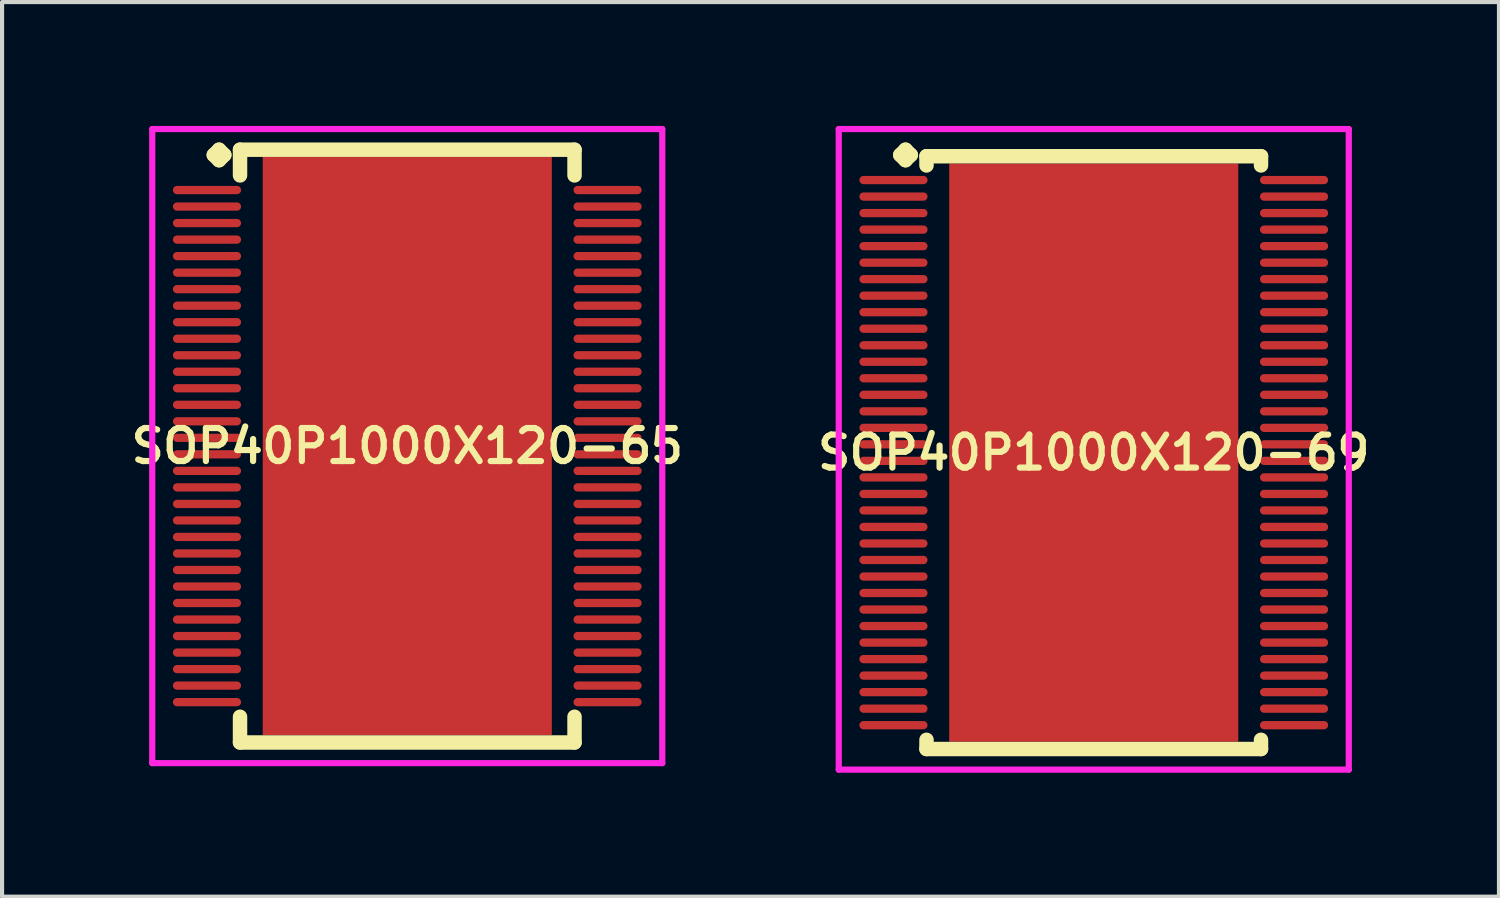
<source format=kicad_pcb>
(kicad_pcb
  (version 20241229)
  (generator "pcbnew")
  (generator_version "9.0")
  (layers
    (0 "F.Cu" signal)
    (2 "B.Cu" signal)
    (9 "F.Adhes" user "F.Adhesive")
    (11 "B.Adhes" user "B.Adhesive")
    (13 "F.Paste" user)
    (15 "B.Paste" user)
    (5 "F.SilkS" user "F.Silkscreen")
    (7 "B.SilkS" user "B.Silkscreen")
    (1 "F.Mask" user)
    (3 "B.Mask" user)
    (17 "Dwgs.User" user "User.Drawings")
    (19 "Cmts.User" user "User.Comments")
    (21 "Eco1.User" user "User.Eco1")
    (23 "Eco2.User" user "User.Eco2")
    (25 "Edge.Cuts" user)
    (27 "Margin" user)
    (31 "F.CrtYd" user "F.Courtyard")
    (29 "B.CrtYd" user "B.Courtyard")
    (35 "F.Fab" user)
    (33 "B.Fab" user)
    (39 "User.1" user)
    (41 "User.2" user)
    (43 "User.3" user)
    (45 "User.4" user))
  (footprint "SOP40P1000X120-69"
    (layer "F.Cu")
    (at 23.435 7.91)
    (property "Reference" "SOP40P1000X120-69" (at 0 0 0) (layer "F.SilkS") (effects (font (size 0.8 0.8) (thickness 0.15))))
    (attr smd)
    (fp_line (start -4.685 -7.208) (end -4.558 -7.335) (stroke (width 0.35) (type solid)) (layer "F.SilkS"))
    (fp_line (start -4.558 -7.335) (end -4.431 -7.208) (stroke (width 0.35) (type solid)) (layer "F.SilkS"))
    (fp_line (start -4.558 -7.081) (end -4.685 -7.208) (stroke (width 0.35) (type solid)) (layer "F.SilkS"))
    (fp_line (start -4.431 -7.208) (end -4.558 -7.081) (stroke (width 0.35) (type solid)) (layer "F.SilkS"))
    (fp_line (start -4.05 -7.177) (end 4.05 -7.177) (stroke (width 0.35) (type solid)) (layer "F.SilkS"))
    (fp_line (start -4.05 -6.954) (end -4.05 -7.177) (stroke (width 0.35) (type solid)) (layer "F.SilkS"))
    (fp_line (start -4.05 6.954) (end -4.05 7.177) (stroke (width 0.35) (type solid)) (layer "F.SilkS"))
    (fp_line (start -4.05 7.177) (end 4.05 7.177) (stroke (width 0.35) (type solid)) (layer "F.SilkS"))
    (fp_line (start 4.05 -7.177) (end 4.05 -6.954) (stroke (width 0.35) (type solid)) (layer "F.SilkS"))
    (fp_line (start 4.05 7.177) (end 4.05 6.954) (stroke (width 0.35) (type solid)) (layer "F.SilkS"))
    (fp_line (start -6.175 -7.835) (end 6.175 -7.835) (stroke (width 0.15) (type solid)) (layer "F.CrtYd"))
    (fp_line (start -6.175 7.677) (end -6.175 -7.835) (stroke (width 0.15) (type solid)) (layer "F.CrtYd"))
    (fp_line (start 6.175 -7.835) (end 6.175 7.677) (stroke (width 0.15) (type solid)) (layer "F.CrtYd"))
    (fp_line (start 6.175 7.677) (end -6.175 7.677) (stroke (width 0.15) (type solid)) (layer "F.CrtYd"))
    (pad "1" smd oval (at -4.85 -6.6) (size 1.65 0.2) (layers "F.Cu" "F.Mask" "F.Paste"))
    (pad "2" smd oval (at -4.85 -6.2) (size 1.65 0.2) (layers "F.Cu" "F.Mask" "F.Paste"))
    (pad "3" smd oval (at -4.85 -5.8) (size 1.65 0.2) (layers "F.Cu" "F.Mask" "F.Paste"))
    (pad "4" smd oval (at -4.85 -5.4) (size 1.65 0.2) (layers "F.Cu" "F.Mask" "F.Paste"))
    (pad "5" smd oval (at -4.85 -5) (size 1.65 0.2) (layers "F.Cu" "F.Mask" "F.Paste"))
    (pad "6" smd oval (at -4.85 -4.6) (size 1.65 0.2) (layers "F.Cu" "F.Mask" "F.Paste"))
    (pad "7" smd oval (at -4.85 -4.2) (size 1.65 0.2) (layers "F.Cu" "F.Mask" "F.Paste"))
    (pad "8" smd oval (at -4.85 -3.8) (size 1.65 0.2) (layers "F.Cu" "F.Mask" "F.Paste"))
    (pad "9" smd oval (at -4.85 -3.4) (size 1.65 0.2) (layers "F.Cu" "F.Mask" "F.Paste"))
    (pad "10" smd oval (at -4.85 -3) (size 1.65 0.2) (layers "F.Cu" "F.Mask" "F.Paste"))
    (pad "11" smd oval (at -4.85 -2.6) (size 1.65 0.2) (layers "F.Cu" "F.Mask" "F.Paste"))
    (pad "12" smd oval (at -4.85 -2.2) (size 1.65 0.2) (layers "F.Cu" "F.Mask" "F.Paste"))
    (pad "13" smd oval (at -4.85 -1.8) (size 1.65 0.2) (layers "F.Cu" "F.Mask" "F.Paste"))
    (pad "14" smd oval (at -4.85 -1.4) (size 1.65 0.2) (layers "F.Cu" "F.Mask" "F.Paste"))
    (pad "15" smd oval (at -4.85 -1) (size 1.65 0.2) (layers "F.Cu" "F.Mask" "F.Paste"))
    (pad "16" smd oval (at -4.85 -0.6) (size 1.65 0.2) (layers "F.Cu" "F.Mask" "F.Paste"))
    (pad "17" smd oval (at -4.85 -0.2) (size 1.65 0.2) (layers "F.Cu" "F.Mask" "F.Paste"))
    (pad "18" smd oval (at -4.85 0.2) (size 1.65 0.2) (layers "F.Cu" "F.Mask" "F.Paste"))
    (pad "19" smd oval (at -4.85 0.6) (size 1.65 0.2) (layers "F.Cu" "F.Mask" "F.Paste"))
    (pad "20" smd oval (at -4.85 1) (size 1.65 0.2) (layers "F.Cu" "F.Mask" "F.Paste"))
    (pad "21" smd oval (at -4.85 1.4) (size 1.65 0.2) (layers "F.Cu" "F.Mask" "F.Paste"))
    (pad "22" smd oval (at -4.85 1.8) (size 1.65 0.2) (layers "F.Cu" "F.Mask" "F.Paste"))
    (pad "23" smd oval (at -4.85 2.2) (size 1.65 0.2) (layers "F.Cu" "F.Mask" "F.Paste"))
    (pad "24" smd oval (at -4.85 2.6) (size 1.65 0.2) (layers "F.Cu" "F.Mask" "F.Paste"))
    (pad "25" smd oval (at -4.85 3) (size 1.65 0.2) (layers "F.Cu" "F.Mask" "F.Paste"))
    (pad "26" smd oval (at -4.85 3.4) (size 1.65 0.2) (layers "F.Cu" "F.Mask" "F.Paste"))
    (pad "27" smd oval (at -4.85 3.8) (size 1.65 0.2) (layers "F.Cu" "F.Mask" "F.Paste"))
    (pad "28" smd oval (at -4.85 4.2) (size 1.65 0.2) (layers "F.Cu" "F.Mask" "F.Paste"))
    (pad "29" smd oval (at -4.85 4.6) (size 1.65 0.2) (layers "F.Cu" "F.Mask" "F.Paste"))
    (pad "30" smd oval (at -4.85 5) (size 1.65 0.2) (layers "F.Cu" "F.Mask" "F.Paste"))
    (pad "31" smd oval (at -4.85 5.4) (size 1.65 0.2) (layers "F.Cu" "F.Mask" "F.Paste"))
    (pad "32" smd oval (at -4.85 5.8) (size 1.65 0.2) (layers "F.Cu" "F.Mask" "F.Paste"))
    (pad "33" smd oval (at -4.85 6.2) (size 1.65 0.2) (layers "F.Cu" "F.Mask" "F.Paste"))
    (pad "34" smd oval (at -4.85 6.6) (size 1.65 0.2) (layers "F.Cu" "F.Mask" "F.Paste"))
    (pad "35" smd oval (at 4.85 6.6) (size 1.65 0.2) (layers "F.Cu" "F.Mask" "F.Paste"))
    (pad "36" smd oval (at 4.85 6.2) (size 1.65 0.2) (layers "F.Cu" "F.Mask" "F.Paste"))
    (pad "37" smd oval (at 4.85 5.8) (size 1.65 0.2) (layers "F.Cu" "F.Mask" "F.Paste"))
    (pad "38" smd oval (at 4.85 5.4) (size 1.65 0.2) (layers "F.Cu" "F.Mask" "F.Paste"))
    (pad "39" smd oval (at 4.85 5) (size 1.65 0.2) (layers "F.Cu" "F.Mask" "F.Paste"))
    (pad "40" smd oval (at 4.85 4.6) (size 1.65 0.2) (layers "F.Cu" "F.Mask" "F.Paste"))
    (pad "41" smd oval (at 4.85 4.2) (size 1.65 0.2) (layers "F.Cu" "F.Mask" "F.Paste"))
    (pad "42" smd oval (at 4.85 3.8) (size 1.65 0.2) (layers "F.Cu" "F.Mask" "F.Paste"))
    (pad "43" smd oval (at 4.85 3.4) (size 1.65 0.2) (layers "F.Cu" "F.Mask" "F.Paste"))
    (pad "44" smd oval (at 4.85 3) (size 1.65 0.2) (layers "F.Cu" "F.Mask" "F.Paste"))
    (pad "45" smd oval (at 4.85 2.6) (size 1.65 0.2) (layers "F.Cu" "F.Mask" "F.Paste"))
    (pad "46" smd oval (at 4.85 2.2) (size 1.65 0.2) (layers "F.Cu" "F.Mask" "F.Paste"))
    (pad "47" smd oval (at 4.85 1.8) (size 1.65 0.2) (layers "F.Cu" "F.Mask" "F.Paste"))
    (pad "48" smd oval (at 4.85 1.4) (size 1.65 0.2) (layers "F.Cu" "F.Mask" "F.Paste"))
    (pad "49" smd oval (at 4.85 1) (size 1.65 0.2) (layers "F.Cu" "F.Mask" "F.Paste"))
    (pad "50" smd oval (at 4.85 0.6) (size 1.65 0.2) (layers "F.Cu" "F.Mask" "F.Paste"))
    (pad "51" smd oval (at 4.85 0.2) (size 1.65 0.2) (layers "F.Cu" "F.Mask" "F.Paste"))
    (pad "52" smd oval (at 4.85 -0.2) (size 1.65 0.2) (layers "F.Cu" "F.Mask" "F.Paste"))
    (pad "53" smd oval (at 4.85 -0.6) (size 1.65 0.2) (layers "F.Cu" "F.Mask" "F.Paste"))
    (pad "54" smd oval (at 4.85 -1) (size 1.65 0.2) (layers "F.Cu" "F.Mask" "F.Paste"))
    (pad "55" smd oval (at 4.85 -1.4) (size 1.65 0.2) (layers "F.Cu" "F.Mask" "F.Paste"))
    (pad "56" smd oval (at 4.85 -1.8) (size 1.65 0.2) (layers "F.Cu" "F.Mask" "F.Paste"))
    (pad "57" smd oval (at 4.85 -2.2) (size 1.65 0.2) (layers "F.Cu" "F.Mask" "F.Paste"))
    (pad "58" smd oval (at 4.85 -2.6) (size 1.65 0.2) (layers "F.Cu" "F.Mask" "F.Paste"))
    (pad "59" smd oval (at 4.85 -3) (size 1.65 0.2) (layers "F.Cu" "F.Mask" "F.Paste"))
    (pad "60" smd oval (at 4.85 -3.4) (size 1.65 0.2) (layers "F.Cu" "F.Mask" "F.Paste"))
    (pad "61" smd oval (at 4.85 -3.8) (size 1.65 0.2) (layers "F.Cu" "F.Mask" "F.Paste"))
    (pad "62" smd oval (at 4.85 -4.2) (size 1.65 0.2) (layers "F.Cu" "F.Mask" "F.Paste"))
    (pad "63" smd oval (at 4.85 -4.6) (size 1.65 0.2) (layers "F.Cu" "F.Mask" "F.Paste"))
    (pad "64" smd oval (at 4.85 -5) (size 1.65 0.2) (layers "F.Cu" "F.Mask" "F.Paste"))
    (pad "65" smd oval (at 4.85 -5.4) (size 1.65 0.2) (layers "F.Cu" "F.Mask" "F.Paste"))
    (pad "66" smd oval (at 4.85 -5.8) (size 1.65 0.2) (layers "F.Cu" "F.Mask" "F.Paste"))
    (pad "67" smd oval (at 4.85 -6.2) (size 1.65 0.2) (layers "F.Cu" "F.Mask" "F.Paste"))
    (pad "68" smd oval (at 4.85 -6.6) (size 1.65 0.2) (layers "F.Cu" "F.Mask" "F.Paste"))
    (pad "69" smd rect (at 0 0) (size 7 14) (layers "F.Cu" "F.Mask" "F.Paste")))
  (footprint "SOP40P1000X120-65"
    (layer "F.Cu")
    (at 6.812 7.752)
    (property "Reference" "SOP40P1000X120-65" (at 0 0 0) (layer "F.SilkS") (effects (font (size 0.8 0.8) (thickness 0.15))))
    (attr smd)
    (fp_line (start -4.685 -7.05) (end -4.558 -7.177) (stroke (width 0.35) (type solid)) (layer "F.SilkS"))
    (fp_line (start -4.558 -7.177) (end -4.431 -7.05) (stroke (width 0.35) (type solid)) (layer "F.SilkS"))
    (fp_line (start -4.558 -6.923) (end -4.685 -7.05) (stroke (width 0.35) (type solid)) (layer "F.SilkS"))
    (fp_line (start -4.431 -7.05) (end -4.558 -6.923) (stroke (width 0.35) (type solid)) (layer "F.SilkS"))
    (fp_line (start -4.05 -7.177) (end 4.05 -7.177) (stroke (width 0.35) (type solid)) (layer "F.SilkS"))
    (fp_line (start -4.05 -6.554) (end -4.05 -7.177) (stroke (width 0.35) (type solid)) (layer "F.SilkS"))
    (fp_line (start -4.05 6.554) (end -4.05 7.177) (stroke (width 0.35) (type solid)) (layer "F.SilkS"))
    (fp_line (start -4.05 7.177) (end 4.05 7.177) (stroke (width 0.35) (type solid)) (layer "F.SilkS"))
    (fp_line (start 4.05 -7.177) (end 4.05 -6.554) (stroke (width 0.35) (type solid)) (layer "F.SilkS"))
    (fp_line (start 4.05 7.177) (end 4.05 6.554) (stroke (width 0.35) (type solid)) (layer "F.SilkS"))
    (fp_line (start -6.175 -7.677) (end 6.175 -7.677) (stroke (width 0.15) (type solid)) (layer "F.CrtYd"))
    (fp_line (start -6.175 7.677) (end -6.175 -7.677) (stroke (width 0.15) (type solid)) (layer "F.CrtYd"))
    (fp_line (start 6.175 -7.677) (end 6.175 7.677) (stroke (width 0.15) (type solid)) (layer "F.CrtYd"))
    (fp_line (start 6.175 7.677) (end -6.175 7.677) (stroke (width 0.15) (type solid)) (layer "F.CrtYd"))
    (pad "1" smd oval (at -4.85 -6.2) (size 1.65 0.2) (layers "F.Cu" "F.Mask" "F.Paste"))
    (pad "2" smd oval (at -4.85 -5.8) (size 1.65 0.2) (layers "F.Cu" "F.Mask" "F.Paste"))
    (pad "3" smd oval (at -4.85 -5.4) (size 1.65 0.2) (layers "F.Cu" "F.Mask" "F.Paste"))
    (pad "4" smd oval (at -4.85 -5) (size 1.65 0.2) (layers "F.Cu" "F.Mask" "F.Paste"))
    (pad "5" smd oval (at -4.85 -4.6) (size 1.65 0.2) (layers "F.Cu" "F.Mask" "F.Paste"))
    (pad "6" smd oval (at -4.85 -4.2) (size 1.65 0.2) (layers "F.Cu" "F.Mask" "F.Paste"))
    (pad "7" smd oval (at -4.85 -3.8) (size 1.65 0.2) (layers "F.Cu" "F.Mask" "F.Paste"))
    (pad "8" smd oval (at -4.85 -3.4) (size 1.65 0.2) (layers "F.Cu" "F.Mask" "F.Paste"))
    (pad "9" smd oval (at -4.85 -3) (size 1.65 0.2) (layers "F.Cu" "F.Mask" "F.Paste"))
    (pad "10" smd oval (at -4.85 -2.6) (size 1.65 0.2) (layers "F.Cu" "F.Mask" "F.Paste"))
    (pad "11" smd oval (at -4.85 -2.2) (size 1.65 0.2) (layers "F.Cu" "F.Mask" "F.Paste"))
    (pad "12" smd oval (at -4.85 -1.8) (size 1.65 0.2) (layers "F.Cu" "F.Mask" "F.Paste"))
    (pad "13" smd oval (at -4.85 -1.4) (size 1.65 0.2) (layers "F.Cu" "F.Mask" "F.Paste"))
    (pad "14" smd oval (at -4.85 -1) (size 1.65 0.2) (layers "F.Cu" "F.Mask" "F.Paste"))
    (pad "15" smd oval (at -4.85 -0.6) (size 1.65 0.2) (layers "F.Cu" "F.Mask" "F.Paste"))
    (pad "16" smd oval (at -4.85 -0.2) (size 1.65 0.2) (layers "F.Cu" "F.Mask" "F.Paste"))
    (pad "17" smd oval (at -4.85 0.2) (size 1.65 0.2) (layers "F.Cu" "F.Mask" "F.Paste"))
    (pad "18" smd oval (at -4.85 0.6) (size 1.65 0.2) (layers "F.Cu" "F.Mask" "F.Paste"))
    (pad "19" smd oval (at -4.85 1) (size 1.65 0.2) (layers "F.Cu" "F.Mask" "F.Paste"))
    (pad "20" smd oval (at -4.85 1.4) (size 1.65 0.2) (layers "F.Cu" "F.Mask" "F.Paste"))
    (pad "21" smd oval (at -4.85 1.8) (size 1.65 0.2) (layers "F.Cu" "F.Mask" "F.Paste"))
    (pad "22" smd oval (at -4.85 2.2) (size 1.65 0.2) (layers "F.Cu" "F.Mask" "F.Paste"))
    (pad "23" smd oval (at -4.85 2.6) (size 1.65 0.2) (layers "F.Cu" "F.Mask" "F.Paste"))
    (pad "24" smd oval (at -4.85 3) (size 1.65 0.2) (layers "F.Cu" "F.Mask" "F.Paste"))
    (pad "25" smd oval (at -4.85 3.4) (size 1.65 0.2) (layers "F.Cu" "F.Mask" "F.Paste"))
    (pad "26" smd oval (at -4.85 3.8) (size 1.65 0.2) (layers "F.Cu" "F.Mask" "F.Paste"))
    (pad "27" smd oval (at -4.85 4.2) (size 1.65 0.2) (layers "F.Cu" "F.Mask" "F.Paste"))
    (pad "28" smd oval (at -4.85 4.6) (size 1.65 0.2) (layers "F.Cu" "F.Mask" "F.Paste"))
    (pad "29" smd oval (at -4.85 5) (size 1.65 0.2) (layers "F.Cu" "F.Mask" "F.Paste"))
    (pad "30" smd oval (at -4.85 5.4) (size 1.65 0.2) (layers "F.Cu" "F.Mask" "F.Paste"))
    (pad "31" smd oval (at -4.85 5.8) (size 1.65 0.2) (layers "F.Cu" "F.Mask" "F.Paste"))
    (pad "32" smd oval (at -4.85 6.2) (size 1.65 0.2) (layers "F.Cu" "F.Mask" "F.Paste"))
    (pad "33" smd oval (at 4.85 6.2) (size 1.65 0.2) (layers "F.Cu" "F.Mask" "F.Paste"))
    (pad "34" smd oval (at 4.85 5.8) (size 1.65 0.2) (layers "F.Cu" "F.Mask" "F.Paste"))
    (pad "35" smd oval (at 4.85 5.4) (size 1.65 0.2) (layers "F.Cu" "F.Mask" "F.Paste"))
    (pad "36" smd oval (at 4.85 5) (size 1.65 0.2) (layers "F.Cu" "F.Mask" "F.Paste"))
    (pad "37" smd oval (at 4.85 4.6) (size 1.65 0.2) (layers "F.Cu" "F.Mask" "F.Paste"))
    (pad "38" smd oval (at 4.85 4.2) (size 1.65 0.2) (layers "F.Cu" "F.Mask" "F.Paste"))
    (pad "39" smd oval (at 4.85 3.8) (size 1.65 0.2) (layers "F.Cu" "F.Mask" "F.Paste"))
    (pad "40" smd oval (at 4.85 3.4) (size 1.65 0.2) (layers "F.Cu" "F.Mask" "F.Paste"))
    (pad "41" smd oval (at 4.85 3) (size 1.65 0.2) (layers "F.Cu" "F.Mask" "F.Paste"))
    (pad "42" smd oval (at 4.85 2.6) (size 1.65 0.2) (layers "F.Cu" "F.Mask" "F.Paste"))
    (pad "43" smd oval (at 4.85 2.2) (size 1.65 0.2) (layers "F.Cu" "F.Mask" "F.Paste"))
    (pad "44" smd oval (at 4.85 1.8) (size 1.65 0.2) (layers "F.Cu" "F.Mask" "F.Paste"))
    (pad "45" smd oval (at 4.85 1.4) (size 1.65 0.2) (layers "F.Cu" "F.Mask" "F.Paste"))
    (pad "46" smd oval (at 4.85 1) (size 1.65 0.2) (layers "F.Cu" "F.Mask" "F.Paste"))
    (pad "47" smd oval (at 4.85 0.6) (size 1.65 0.2) (layers "F.Cu" "F.Mask" "F.Paste"))
    (pad "48" smd oval (at 4.85 0.2) (size 1.65 0.2) (layers "F.Cu" "F.Mask" "F.Paste"))
    (pad "49" smd oval (at 4.85 -0.2) (size 1.65 0.2) (layers "F.Cu" "F.Mask" "F.Paste"))
    (pad "50" smd oval (at 4.85 -0.6) (size 1.65 0.2) (layers "F.Cu" "F.Mask" "F.Paste"))
    (pad "51" smd oval (at 4.85 -1) (size 1.65 0.2) (layers "F.Cu" "F.Mask" "F.Paste"))
    (pad "52" smd oval (at 4.85 -1.4) (size 1.65 0.2) (layers "F.Cu" "F.Mask" "F.Paste"))
    (pad "53" smd oval (at 4.85 -1.8) (size 1.65 0.2) (layers "F.Cu" "F.Mask" "F.Paste"))
    (pad "54" smd oval (at 4.85 -2.2) (size 1.65 0.2) (layers "F.Cu" "F.Mask" "F.Paste"))
    (pad "55" smd oval (at 4.85 -2.6) (size 1.65 0.2) (layers "F.Cu" "F.Mask" "F.Paste"))
    (pad "56" smd oval (at 4.85 -3) (size 1.65 0.2) (layers "F.Cu" "F.Mask" "F.Paste"))
    (pad "57" smd oval (at 4.85 -3.4) (size 1.65 0.2) (layers "F.Cu" "F.Mask" "F.Paste"))
    (pad "58" smd oval (at 4.85 -3.8) (size 1.65 0.2) (layers "F.Cu" "F.Mask" "F.Paste"))
    (pad "59" smd oval (at 4.85 -4.2) (size 1.65 0.2) (layers "F.Cu" "F.Mask" "F.Paste"))
    (pad "60" smd oval (at 4.85 -4.6) (size 1.65 0.2) (layers "F.Cu" "F.Mask" "F.Paste"))
    (pad "61" smd oval (at 4.85 -5) (size 1.65 0.2) (layers "F.Cu" "F.Mask" "F.Paste"))
    (pad "62" smd oval (at 4.85 -5.4) (size 1.65 0.2) (layers "F.Cu" "F.Mask" "F.Paste"))
    (pad "63" smd oval (at 4.85 -5.8) (size 1.65 0.2) (layers "F.Cu" "F.Mask" "F.Paste"))
    (pad "64" smd oval (at 4.85 -6.2) (size 1.65 0.2) (layers "F.Cu" "F.Mask" "F.Paste"))
    (pad "65" smd rect (at 0 0) (size 7 14) (layers "F.Cu" "F.Mask" "F.Paste")))
  (gr_rect
    (start -3 -3)
    (end 33.247 18.662)
    (stroke (width 0.1) (type default))
    (fill no)
    (layer "Edge.Cuts")))
</source>
